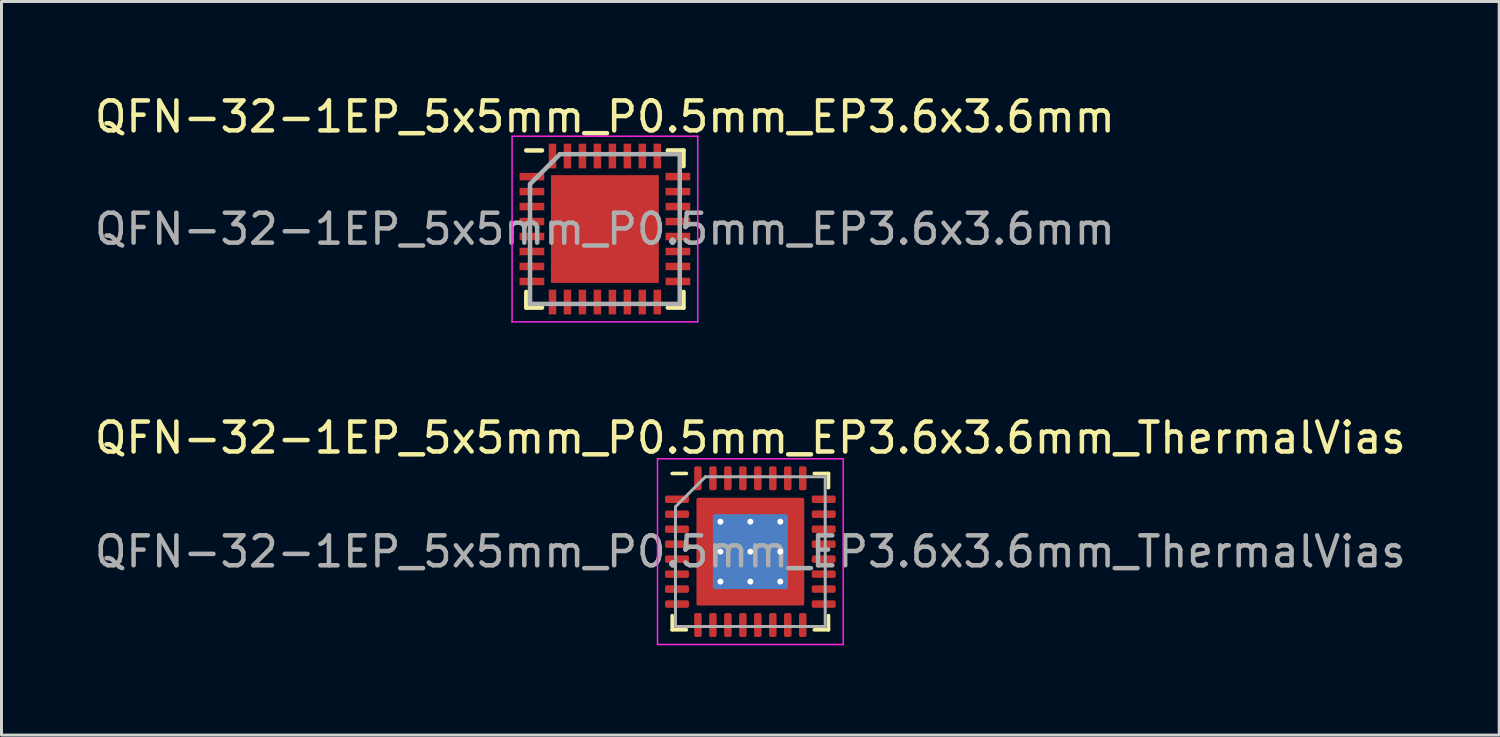
<source format=kicad_pcb>
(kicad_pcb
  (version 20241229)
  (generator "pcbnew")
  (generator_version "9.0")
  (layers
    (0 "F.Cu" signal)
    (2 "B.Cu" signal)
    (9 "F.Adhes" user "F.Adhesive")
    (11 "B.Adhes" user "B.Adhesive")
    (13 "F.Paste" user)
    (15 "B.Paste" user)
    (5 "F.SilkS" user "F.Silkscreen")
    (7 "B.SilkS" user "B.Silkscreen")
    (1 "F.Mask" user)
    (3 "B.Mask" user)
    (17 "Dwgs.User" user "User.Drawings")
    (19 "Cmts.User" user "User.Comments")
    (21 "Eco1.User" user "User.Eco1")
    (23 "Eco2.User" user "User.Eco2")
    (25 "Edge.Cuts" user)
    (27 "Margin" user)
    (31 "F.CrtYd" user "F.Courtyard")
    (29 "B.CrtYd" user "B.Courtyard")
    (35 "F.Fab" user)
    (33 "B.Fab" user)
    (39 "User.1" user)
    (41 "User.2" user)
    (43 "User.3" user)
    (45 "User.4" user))
  (footprint "QFN-32-1EP_5x5mm_P0.5mm_EP3.6x3.6mm"
    (layer "F.Cu")
    (at 17.149 4.598)
    (property "Reference" "QFN-32-1EP_5x5mm_P0.5mm_EP3.6x3.6mm" (at 0 -3.75 0) (layer "F.SilkS") (effects (font (size 1 1) (thickness 0.15))))
    (attr smd)
    (fp_line (start -2.625 -2.625) (end -2.1 -2.625) (stroke (width 0.15) (type solid)) (layer "F.SilkS"))
    (fp_line (start -2.625 2.625) (end -2.625 2.1) (stroke (width 0.15) (type solid)) (layer "F.SilkS"))
    (fp_line (start -2.625 2.625) (end -2.1 2.625) (stroke (width 0.15) (type solid)) (layer "F.SilkS"))
    (fp_line (start 2.625 -2.625) (end 2.1 -2.625) (stroke (width 0.15) (type solid)) (layer "F.SilkS"))
    (fp_line (start 2.625 -2.625) (end 2.625 -2.1) (stroke (width 0.15) (type solid)) (layer "F.SilkS"))
    (fp_line (start 2.625 2.625) (end 2.1 2.625) (stroke (width 0.15) (type solid)) (layer "F.SilkS"))
    (fp_line (start 2.625 2.625) (end 2.625 2.1) (stroke (width 0.15) (type solid)) (layer "F.SilkS"))
    (fp_line (start -3.1 -3.1) (end -3.1 3.1) (stroke (width 0.05) (type solid)) (layer "F.CrtYd"))
    (fp_line (start -3.1 -3.1) (end 3.1 -3.1) (stroke (width 0.05) (type solid)) (layer "F.CrtYd"))
    (fp_line (start -3.1 3.1) (end 3.1 3.1) (stroke (width 0.05) (type solid)) (layer "F.CrtYd"))
    (fp_line (start 3.1 -3.1) (end 3.1 3.1) (stroke (width 0.05) (type solid)) (layer "F.CrtYd"))
    (fp_line (start -2.5 -1.5) (end -1.5 -2.5) (stroke (width 0.15) (type solid)) (layer "F.Fab"))
    (fp_line (start -2.5 2.5) (end -2.5 -1.5) (stroke (width 0.15) (type solid)) (layer "F.Fab"))
    (fp_line (start -1.5 -2.5) (end 2.5 -2.5) (stroke (width 0.15) (type solid)) (layer "F.Fab"))
    (fp_line (start 2.5 -2.5) (end 2.5 2.5) (stroke (width 0.15) (type solid)) (layer "F.Fab"))
    (fp_line (start 2.5 2.5) (end -2.5 2.5) (stroke (width 0.15) (type solid)) (layer "F.Fab"))
    (fp_text user "${REFERENCE}" (at 0 0 0) (layer "F.Fab") (effects (font (size 1 1) (thickness 0.15))))
    (pad "" smd rect (at -1.15 -1.15) (size 0.92 0.92) (layers "F.Paste"))
    (pad "" smd rect (at -1.15 0) (size 0.92 0.92) (layers "F.Paste"))
    (pad "" smd rect (at -1.15 1.15) (size 0.92 0.92) (layers "F.Paste"))
    (pad "" smd rect (at 0 -1.15) (size 0.92 0.92) (layers "F.Paste"))
    (pad "" smd rect (at 0 0) (size 0.92 0.92) (layers "F.Paste"))
    (pad "" smd rect (at 0 1.15) (size 0.92 0.92) (layers "F.Paste"))
    (pad "" smd rect (at 1.15 -1.15) (size 0.92 0.92) (layers "F.Paste"))
    (pad "" smd rect (at 1.15 0) (size 0.92 0.92) (layers "F.Paste"))
    (pad "" smd rect (at 1.15 1.15) (size 0.92 0.92) (layers "F.Paste"))
    (pad "1" smd rect (at -2.438 -1.75) (size 0.825 0.25) (layers "F.Cu" "F.Mask" "F.Paste"))
    (pad "2" smd rect (at -2.438 -1.25) (size 0.825 0.25) (layers "F.Cu" "F.Mask" "F.Paste"))
    (pad "2" smd rect (at -1.25 2.438 90) (size 0.825 0.25) (layers "F.Cu" "F.Mask" "F.Paste"))
    (pad "2" smd rect (at 1.25 -2.438 90) (size 0.825 0.25) (layers "F.Cu" "F.Mask" "F.Paste"))
    (pad "2" smd rect (at 2.438 1.25) (size 0.825 0.25) (layers "F.Cu" "F.Mask" "F.Paste"))
    (pad "3" smd rect (at -2.438 -0.75) (size 0.825 0.25) (layers "F.Cu" "F.Mask" "F.Paste"))
    (pad "3" smd rect (at -0.75 2.438 90) (size 0.825 0.25) (layers "F.Cu" "F.Mask" "F.Paste"))
    (pad "3" smd rect (at 0.75 -2.438 90) (size 0.825 0.25) (layers "F.Cu" "F.Mask" "F.Paste"))
    (pad "3" smd rect (at 2.438 0.75) (size 0.825 0.25) (layers "F.Cu" "F.Mask" "F.Paste"))
    (pad "4" smd rect (at -2.438 -0.25) (size 0.825 0.25) (layers "F.Cu" "F.Mask" "F.Paste"))
    (pad "4" smd rect (at -0.25 2.438 90) (size 0.825 0.25) (layers "F.Cu" "F.Mask" "F.Paste"))
    (pad "4" smd rect (at 0.25 -2.438 90) (size 0.825 0.25) (layers "F.Cu" "F.Mask" "F.Paste"))
    (pad "4" smd rect (at 2.438 0.25) (size 0.825 0.25) (layers "F.Cu" "F.Mask" "F.Paste"))
    (pad "5" smd rect (at -2.438 0.25) (size 0.825 0.25) (layers "F.Cu" "F.Mask" "F.Paste"))
    (pad "5" smd rect (at -0.25 -2.438 90) (size 0.825 0.25) (layers "F.Cu" "F.Mask" "F.Paste"))
    (pad "5" smd rect (at 0.25 2.438 90) (size 0.825 0.25) (layers "F.Cu" "F.Mask" "F.Paste"))
    (pad "5" smd rect (at 2.438 -0.25) (size 0.825 0.25) (layers "F.Cu" "F.Mask" "F.Paste"))
    (pad "6" smd rect (at -2.438 0.75) (size 0.825 0.25) (layers "F.Cu" "F.Mask" "F.Paste"))
    (pad "6" smd rect (at -0.75 -2.438 90) (size 0.825 0.25) (layers "F.Cu" "F.Mask" "F.Paste"))
    (pad "6" smd rect (at 0.75 2.438 90) (size 0.825 0.25) (layers "F.Cu" "F.Mask" "F.Paste"))
    (pad "6" smd rect (at 2.438 -0.75) (size 0.825 0.25) (layers "F.Cu" "F.Mask" "F.Paste"))
    (pad "7" smd rect (at -2.438 1.25) (size 0.825 0.25) (layers "F.Cu" "F.Mask" "F.Paste"))
    (pad "7" smd rect (at -1.25 -2.438 90) (size 0.825 0.25) (layers "F.Cu" "F.Mask" "F.Paste"))
    (pad "7" smd rect (at 1.25 2.438 90) (size 0.825 0.25) (layers "F.Cu" "F.Mask" "F.Paste"))
    (pad "7" smd rect (at 2.438 -1.25) (size 0.825 0.25) (layers "F.Cu" "F.Mask" "F.Paste"))
    (pad "8" smd rect (at -2.438 1.75) (size 0.825 0.25) (layers "F.Cu" "F.Mask" "F.Paste"))
    (pad "8" smd rect (at -1.75 -2.438 90) (size 0.825 0.25) (layers "F.Cu" "F.Mask" "F.Paste"))
    (pad "8" smd rect (at 1.75 2.438 90) (size 0.825 0.25) (layers "F.Cu" "F.Mask" "F.Paste"))
    (pad "8" smd rect (at 2.438 -1.75) (size 0.825 0.25) (layers "F.Cu" "F.Mask" "F.Paste"))
    (pad "9" smd rect (at -1.75 2.438 90) (size 0.825 0.25) (layers "F.Cu" "F.Mask" "F.Paste"))
    (pad "17" smd rect (at 2.438 1.75) (size 0.825 0.25) (layers "F.Cu" "F.Mask" "F.Paste"))
    (pad "25" smd rect (at 1.75 -2.438 90) (size 0.825 0.25) (layers "F.Cu" "F.Mask" "F.Paste"))
    (pad "33" smd rect (at 0 0) (size 3.6 3.6) (layers "F.Cu" "F.Mask")))
  (footprint "QFN-32-1EP_5x5mm_P0.5mm_EP3.6x3.6mm_ThermalVias"
    (layer "F.Cu")
    (at 22.006 15.371)
    (property "Reference" "QFN-32-1EP_5x5mm_P0.5mm_EP3.6x3.6mm_ThermalVias" (at 0 -3.8 0) (layer "F.SilkS") (effects (font (size 1 1) (thickness 0.15))))
    (attr smd)
    (fp_line (start -2.61 2.61) (end -2.61 2.135) (stroke (width 0.12) (type solid)) (layer "F.SilkS"))
    (fp_line (start -2.135 -2.61) (end -2.61 -2.61) (stroke (width 0.12) (type solid)) (layer "F.SilkS"))
    (fp_line (start -2.135 2.61) (end -2.61 2.61) (stroke (width 0.12) (type solid)) (layer "F.SilkS"))
    (fp_line (start 2.135 -2.61) (end 2.61 -2.61) (stroke (width 0.12) (type solid)) (layer "F.SilkS"))
    (fp_line (start 2.135 2.61) (end 2.61 2.61) (stroke (width 0.12) (type solid)) (layer "F.SilkS"))
    (fp_line (start 2.61 -2.61) (end 2.61 -2.135) (stroke (width 0.12) (type solid)) (layer "F.SilkS"))
    (fp_line (start 2.61 2.61) (end 2.61 2.135) (stroke (width 0.12) (type solid)) (layer "F.SilkS"))
    (fp_line (start -3.1 -3.1) (end -3.1 3.1) (stroke (width 0.05) (type solid)) (layer "F.CrtYd"))
    (fp_line (start -3.1 3.1) (end 3.1 3.1) (stroke (width 0.05) (type solid)) (layer "F.CrtYd"))
    (fp_line (start 3.1 -3.1) (end -3.1 -3.1) (stroke (width 0.05) (type solid)) (layer "F.CrtYd"))
    (fp_line (start 3.1 3.1) (end 3.1 -3.1) (stroke (width 0.05) (type solid)) (layer "F.CrtYd"))
    (fp_line (start -2.5 -1.5) (end -1.5 -2.5) (stroke (width 0.1) (type solid)) (layer "F.Fab"))
    (fp_line (start -2.5 2.5) (end -2.5 -1.5) (stroke (width 0.1) (type solid)) (layer "F.Fab"))
    (fp_line (start -1.5 -2.5) (end 2.5 -2.5) (stroke (width 0.1) (type solid)) (layer "F.Fab"))
    (fp_line (start 2.5 -2.5) (end 2.5 2.5) (stroke (width 0.1) (type solid)) (layer "F.Fab"))
    (fp_line (start 2.5 2.5) (end -2.5 2.5) (stroke (width 0.1) (type solid)) (layer "F.Fab"))
    (fp_text user "${REFERENCE}" (at 0 0 0) (layer "F.Fab") (effects (font (size 1 1) (thickness 0.15))))
    (pad "" smd custom (at -1.4 -1.4) (size 0.555 0.555) (layers "F.Paste") (options (anchor circle)) (primitives (gr_poly (pts (xy -0.232 -0.232) (xy 0.232 -0.232) (xy 0.232 0.157) (xy 0.157 0.232) (xy -0.232 0.232)) (width 0.181) (fill yes))))
    (pad "" smd custom (at -1.4 -0.5) (size 0.568 0.568) (layers "F.Paste") (options (anchor circle)) (primitives (gr_poly (pts (xy -0.246 -0.326) (xy 0.182 -0.326) (xy 0.246 -0.263) (xy 0.246 0.263) (xy 0.182 0.326) (xy -0.246 0.326)) (width 0.153) (fill yes))))
    (pad "" smd custom (at -1.4 0.5) (size 0.568 0.568) (layers "F.Paste") (options (anchor circle)) (primitives (gr_poly (pts (xy -0.246 -0.326) (xy 0.182 -0.326) (xy 0.246 -0.263) (xy 0.246 0.263) (xy 0.182 0.326) (xy -0.246 0.326)) (width 0.153) (fill yes))))
    (pad "" smd custom (at -1.4 1.4) (size 0.555 0.555) (layers "F.Paste") (options (anchor circle)) (primitives (gr_poly (pts (xy -0.232 -0.232) (xy 0.157 -0.232) (xy 0.232 -0.157) (xy 0.232 0.232) (xy -0.232 0.232)) (width 0.181) (fill yes))))
    (pad "" smd custom (at -0.5 -1.4) (size 0.568 0.568) (layers "F.Paste") (options (anchor circle)) (primitives (gr_poly (pts (xy -0.326 -0.246) (xy 0.326 -0.246) (xy 0.326 0.182) (xy 0.263 0.246) (xy -0.263 0.246) (xy -0.326 0.182)) (width 0.153) (fill yes))))
    (pad "" smd roundrect (at -0.5 -0.5) (size 0.806 0.806) (layers "F.Paste") (roundrect_rratio 0.25))
    (pad "" smd roundrect (at -0.5 0.5) (size 0.806 0.806) (layers "F.Paste") (roundrect_rratio 0.25))
    (pad "" smd custom (at -0.5 1.4) (size 0.568 0.568) (layers "F.Paste") (options (anchor circle)) (primitives (gr_poly (pts (xy -0.326 -0.182) (xy -0.263 -0.246) (xy 0.263 -0.246) (xy 0.326 -0.182) (xy 0.326 0.246) (xy -0.326 0.246)) (width 0.153) (fill yes))))
    (pad "" smd custom (at 0.5 -1.4) (size 0.568 0.568) (layers "F.Paste") (options (anchor circle)) (primitives (gr_poly (pts (xy -0.326 -0.246) (xy 0.326 -0.246) (xy 0.326 0.182) (xy 0.263 0.246) (xy -0.263 0.246) (xy -0.326 0.182)) (width 0.153) (fill yes))))
    (pad "" smd roundrect (at 0.5 -0.5) (size 0.806 0.806) (layers "F.Paste") (roundrect_rratio 0.25))
    (pad "" smd roundrect (at 0.5 0.5) (size 0.806 0.806) (layers "F.Paste") (roundrect_rratio 0.25))
    (pad "" smd custom (at 0.5 1.4) (size 0.568 0.568) (layers "F.Paste") (options (anchor circle)) (primitives (gr_poly (pts (xy -0.326 -0.182) (xy -0.263 -0.246) (xy 0.263 -0.246) (xy 0.326 -0.182) (xy 0.326 0.246) (xy -0.326 0.246)) (width 0.153) (fill yes))))
    (pad "" smd custom (at 1.4 -1.4) (size 0.555 0.555) (layers "F.Paste") (options (anchor circle)) (primitives (gr_poly (pts (xy -0.232 -0.232) (xy 0.232 -0.232) (xy 0.232 0.232) (xy -0.157 0.232) (xy -0.232 0.157)) (width 0.181) (fill yes))))
    (pad "" smd custom (at 1.4 -0.5) (size 0.568 0.568) (layers "F.Paste") (options (anchor circle)) (primitives (gr_poly (pts (xy -0.246 -0.263) (xy -0.182 -0.326) (xy 0.246 -0.326) (xy 0.246 0.326) (xy -0.182 0.326) (xy -0.246 0.263)) (width 0.153) (fill yes))))
    (pad "" smd custom (at 1.4 0.5) (size 0.568 0.568) (layers "F.Paste") (options (anchor circle)) (primitives (gr_poly (pts (xy -0.246 -0.263) (xy -0.182 -0.326) (xy 0.246 -0.326) (xy 0.246 0.326) (xy -0.182 0.326) (xy -0.246 0.263)) (width 0.153) (fill yes))))
    (pad "" smd custom (at 1.4 1.4) (size 0.555 0.555) (layers "F.Paste") (options (anchor circle)) (primitives (gr_poly (pts (xy -0.232 -0.157) (xy -0.157 -0.232) (xy 0.232 -0.232) (xy 0.232 0.232) (xy -0.232 0.232)) (width 0.181) (fill yes))))
    (pad "1" smd roundrect (at -2.45 -1.75) (size 0.8 0.25) (layers "F.Cu" "F.Mask" "F.Paste") (roundrect_rratio 0.25))
    (pad "2" smd roundrect (at -2.45 -1.25) (size 0.8 0.25) (layers "F.Cu" "F.Mask" "F.Paste") (roundrect_rratio 0.25))
    (pad "3" smd roundrect (at -2.45 -0.75) (size 0.8 0.25) (layers "F.Cu" "F.Mask" "F.Paste") (roundrect_rratio 0.25))
    (pad "4" smd roundrect (at -2.45 -0.25) (size 0.8 0.25) (layers "F.Cu" "F.Mask" "F.Paste") (roundrect_rratio 0.25))
    (pad "5" smd roundrect (at -2.45 0.25) (size 0.8 0.25) (layers "F.Cu" "F.Mask" "F.Paste") (roundrect_rratio 0.25))
    (pad "6" smd roundrect (at -2.45 0.75) (size 0.8 0.25) (layers "F.Cu" "F.Mask" "F.Paste") (roundrect_rratio 0.25))
    (pad "7" smd roundrect (at -2.45 1.25) (size 0.8 0.25) (layers "F.Cu" "F.Mask" "F.Paste") (roundrect_rratio 0.25))
    (pad "8" smd roundrect (at -2.45 1.75) (size 0.8 0.25) (layers "F.Cu" "F.Mask" "F.Paste") (roundrect_rratio 0.25))
    (pad "9" smd roundrect (at -1.75 2.45) (size 0.25 0.8) (layers "F.Cu" "F.Mask" "F.Paste") (roundrect_rratio 0.25))
    (pad "10" smd roundrect (at -1.25 2.45) (size 0.25 0.8) (layers "F.Cu" "F.Mask" "F.Paste") (roundrect_rratio 0.25))
    (pad "11" smd roundrect (at -0.75 2.45) (size 0.25 0.8) (layers "F.Cu" "F.Mask" "F.Paste") (roundrect_rratio 0.25))
    (pad "12" smd roundrect (at -0.25 2.45) (size 0.25 0.8) (layers "F.Cu" "F.Mask" "F.Paste") (roundrect_rratio 0.25))
    (pad "13" smd roundrect (at 0.25 2.45) (size 0.25 0.8) (layers "F.Cu" "F.Mask" "F.Paste") (roundrect_rratio 0.25))
    (pad "14" smd roundrect (at 0.75 2.45) (size 0.25 0.8) (layers "F.Cu" "F.Mask" "F.Paste") (roundrect_rratio 0.25))
    (pad "15" smd roundrect (at 1.25 2.45) (size 0.25 0.8) (layers "F.Cu" "F.Mask" "F.Paste") (roundrect_rratio 0.25))
    (pad "16" smd roundrect (at 1.75 2.45) (size 0.25 0.8) (layers "F.Cu" "F.Mask" "F.Paste") (roundrect_rratio 0.25))
    (pad "17" smd roundrect (at 2.45 1.75) (size 0.8 0.25) (layers "F.Cu" "F.Mask" "F.Paste") (roundrect_rratio 0.25))
    (pad "18" smd roundrect (at 2.45 1.25) (size 0.8 0.25) (layers "F.Cu" "F.Mask" "F.Paste") (roundrect_rratio 0.25))
    (pad "19" smd roundrect (at 2.45 0.75) (size 0.8 0.25) (layers "F.Cu" "F.Mask" "F.Paste") (roundrect_rratio 0.25))
    (pad "20" smd roundrect (at 2.45 0.25) (size 0.8 0.25) (layers "F.Cu" "F.Mask" "F.Paste") (roundrect_rratio 0.25))
    (pad "21" smd roundrect (at 2.45 -0.25) (size 0.8 0.25) (layers "F.Cu" "F.Mask" "F.Paste") (roundrect_rratio 0.25))
    (pad "22" smd roundrect (at 2.45 -0.75) (size 0.8 0.25) (layers "F.Cu" "F.Mask" "F.Paste") (roundrect_rratio 0.25))
    (pad "23" smd roundrect (at 2.45 -1.25) (size 0.8 0.25) (layers "F.Cu" "F.Mask" "F.Paste") (roundrect_rratio 0.25))
    (pad "24" smd roundrect (at 2.45 -1.75) (size 0.8 0.25) (layers "F.Cu" "F.Mask" "F.Paste") (roundrect_rratio 0.25))
    (pad "25" smd roundrect (at 1.75 -2.45) (size 0.25 0.8) (layers "F.Cu" "F.Mask" "F.Paste") (roundrect_rratio 0.25))
    (pad "26" smd roundrect (at 1.25 -2.45) (size 0.25 0.8) (layers "F.Cu" "F.Mask" "F.Paste") (roundrect_rratio 0.25))
    (pad "27" smd roundrect (at 0.75 -2.45) (size 0.25 0.8) (layers "F.Cu" "F.Mask" "F.Paste") (roundrect_rratio 0.25))
    (pad "28" smd roundrect (at 0.25 -2.45) (size 0.25 0.8) (layers "F.Cu" "F.Mask" "F.Paste") (roundrect_rratio 0.25))
    (pad "29" smd roundrect (at -0.25 -2.45) (size 0.25 0.8) (layers "F.Cu" "F.Mask" "F.Paste") (roundrect_rratio 0.25))
    (pad "30" smd roundrect (at -0.75 -2.45) (size 0.25 0.8) (layers "F.Cu" "F.Mask" "F.Paste") (roundrect_rratio 0.25))
    (pad "31" smd roundrect (at -1.25 -2.45) (size 0.25 0.8) (layers "F.Cu" "F.Mask" "F.Paste") (roundrect_rratio 0.25))
    (pad "32" smd roundrect (at -1.75 -2.45) (size 0.25 0.8) (layers "F.Cu" "F.Mask" "F.Paste") (roundrect_rratio 0.25))
    (pad "33" thru_hole circle (at -1 -1) (size 0.5 0.5) (drill 0.2) (layers "*.Cu"))
    (pad "33" thru_hole circle (at -1 0) (size 0.5 0.5) (drill 0.2) (layers "*.Cu"))
    (pad "33" thru_hole circle (at -1 1) (size 0.5 0.5) (drill 0.2) (layers "*.Cu"))
    (pad "33" thru_hole circle (at 0 -1) (size 0.5 0.5) (drill 0.2) (layers "*.Cu"))
    (pad "33" thru_hole circle (at 0 0) (size 0.5 0.5) (drill 0.2) (layers "*.Cu"))
    (pad "33" smd roundrect (at 0 0) (size 2.5 2.5) (layers "B.Cu") (roundrect_rratio 0.025))
    (pad "33" smd roundrect (at 0 0) (size 3.6 3.6) (layers "F.Cu" "F.Mask") (roundrect_rratio 0.017))
    (pad "33" thru_hole circle (at 0 1) (size 0.5 0.5) (drill 0.2) (layers "*.Cu"))
    (pad "33" thru_hole circle (at 1 -1) (size 0.5 0.5) (drill 0.2) (layers "*.Cu"))
    (pad "33" thru_hole circle (at 1 0) (size 0.5 0.5) (drill 0.2) (layers "*.Cu"))
    (pad "33" thru_hole circle (at 1 1) (size 0.5 0.5) (drill 0.2) (layers "*.Cu")))
  (gr_rect
    (start -3 -3)
    (end 47.012 21.497)
    (stroke (width 0.1) (type default))
    (fill no)
    (layer "Edge.Cuts")))
</source>
